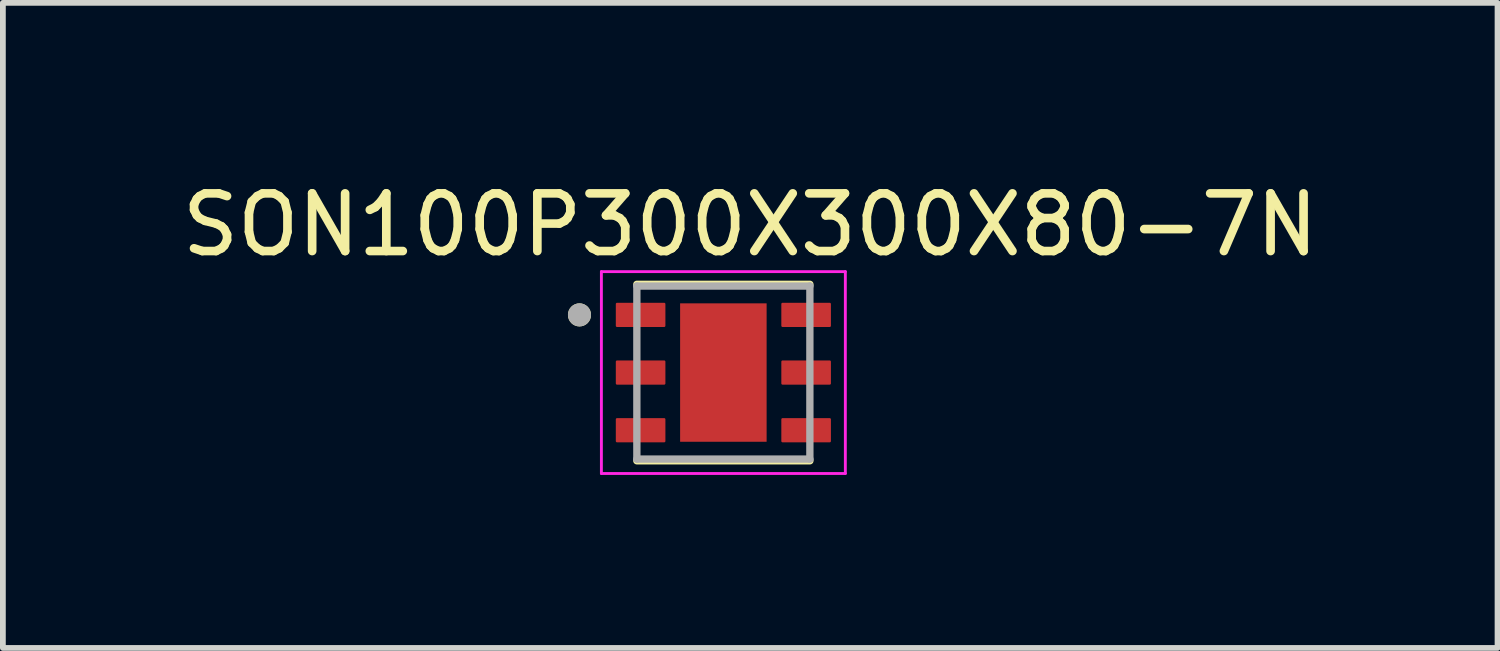
<source format=kicad_pcb>
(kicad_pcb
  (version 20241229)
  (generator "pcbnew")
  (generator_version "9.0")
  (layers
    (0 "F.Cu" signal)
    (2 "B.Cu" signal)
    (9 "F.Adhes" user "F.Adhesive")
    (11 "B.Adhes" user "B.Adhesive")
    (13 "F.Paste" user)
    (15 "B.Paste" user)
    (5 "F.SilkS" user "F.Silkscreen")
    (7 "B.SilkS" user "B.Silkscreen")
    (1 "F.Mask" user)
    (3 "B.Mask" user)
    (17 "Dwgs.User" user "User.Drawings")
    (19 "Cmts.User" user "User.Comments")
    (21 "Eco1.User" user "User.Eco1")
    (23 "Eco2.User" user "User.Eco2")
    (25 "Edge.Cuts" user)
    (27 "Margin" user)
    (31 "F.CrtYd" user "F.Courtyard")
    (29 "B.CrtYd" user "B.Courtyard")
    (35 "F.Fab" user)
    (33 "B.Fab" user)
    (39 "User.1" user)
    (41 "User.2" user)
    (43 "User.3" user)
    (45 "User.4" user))
  (footprint "SON100P300X300X80-7N"
    (layer "F.Cu")
    (at 9.493 3.41)
    (property "Reference" "SON100P300X300X80-7N" (at 0.465 -2.562 0) (layer "F.SilkS") (effects (font (size 1 1) (thickness 0.15))))
    (attr smd)
    (fp_line (start -1.5 -1.53) (end 1.5 -1.53) (stroke (width 0.127) (type solid)) (layer "F.SilkS"))
    (fp_line (start -1.5 1.53) (end 1.5 1.53) (stroke (width 0.127) (type solid)) (layer "F.SilkS"))
    (fp_circle (center -2.495 -1) (end -2.395 -1) (stroke (width 0.2) (type solid)) (fill no) (layer "F.SilkS"))
    (fp_poly (pts (xy -0.47 -0.76) (xy 0.47 -0.76) (xy 0.47 0.76) (xy -0.47 0.76)) (stroke (width 0.01) (type solid)) (fill yes) (layer "F.Paste"))
    (fp_line (start -2.115 -1.75) (end -2.115 1.75) (stroke (width 0.05) (type solid)) (layer "F.CrtYd"))
    (fp_line (start -2.115 -1.75) (end 2.115 -1.75) (stroke (width 0.05) (type solid)) (layer "F.CrtYd"))
    (fp_line (start -2.115 1.75) (end 2.115 1.75) (stroke (width 0.05) (type solid)) (layer "F.CrtYd"))
    (fp_line (start 2.115 -1.75) (end 2.115 1.75) (stroke (width 0.05) (type solid)) (layer "F.CrtYd"))
    (fp_line (start -1.5 -1.5) (end -1.5 1.5) (stroke (width 0.127) (type solid)) (layer "F.Fab"))
    (fp_line (start -1.5 -1.5) (end 1.5 -1.5) (stroke (width 0.127) (type solid)) (layer "F.Fab"))
    (fp_line (start -1.5 1.5) (end 1.5 1.5) (stroke (width 0.127) (type solid)) (layer "F.Fab"))
    (fp_line (start 1.5 -1.5) (end 1.5 1.5) (stroke (width 0.127) (type solid)) (layer "F.Fab"))
    (fp_circle (center -2.495 -1) (end -2.395 -1) (stroke (width 0.2) (type solid)) (fill no) (layer "F.Fab"))
    (pad "1" smd roundrect (at -1.435 -1) (size 0.86 0.42) (layers "F.Cu" "F.Mask" "F.Paste") (roundrect_rratio 0.05))
    (pad "2" smd roundrect (at -1.435 0) (size 0.86 0.42) (layers "F.Cu" "F.Mask" "F.Paste") (roundrect_rratio 0.05))
    (pad "3" smd roundrect (at -1.435 1) (size 0.86 0.42) (layers "F.Cu" "F.Mask" "F.Paste") (roundrect_rratio 0.05))
    (pad "4" smd roundrect (at 1.435 1) (size 0.86 0.42) (layers "F.Cu" "F.Mask" "F.Paste") (roundrect_rratio 0.05))
    (pad "5" smd roundrect (at 1.435 0) (size 0.86 0.42) (layers "F.Cu" "F.Mask" "F.Paste") (roundrect_rratio 0.05))
    (pad "6" smd roundrect (at 1.435 -1) (size 0.86 0.42) (layers "F.Cu" "F.Mask" "F.Paste") (roundrect_rratio 0.05))
    (pad "7" smd rect (at 0 0) (size 1.5 2.4) (layers "F.Cu" "F.Mask")))
  (gr_rect
    (start -3 -3)
    (end 22.917 8.185)
    (stroke (width 0.1) (type default))
    (fill no)
    (layer "Edge.Cuts")))
</source>
